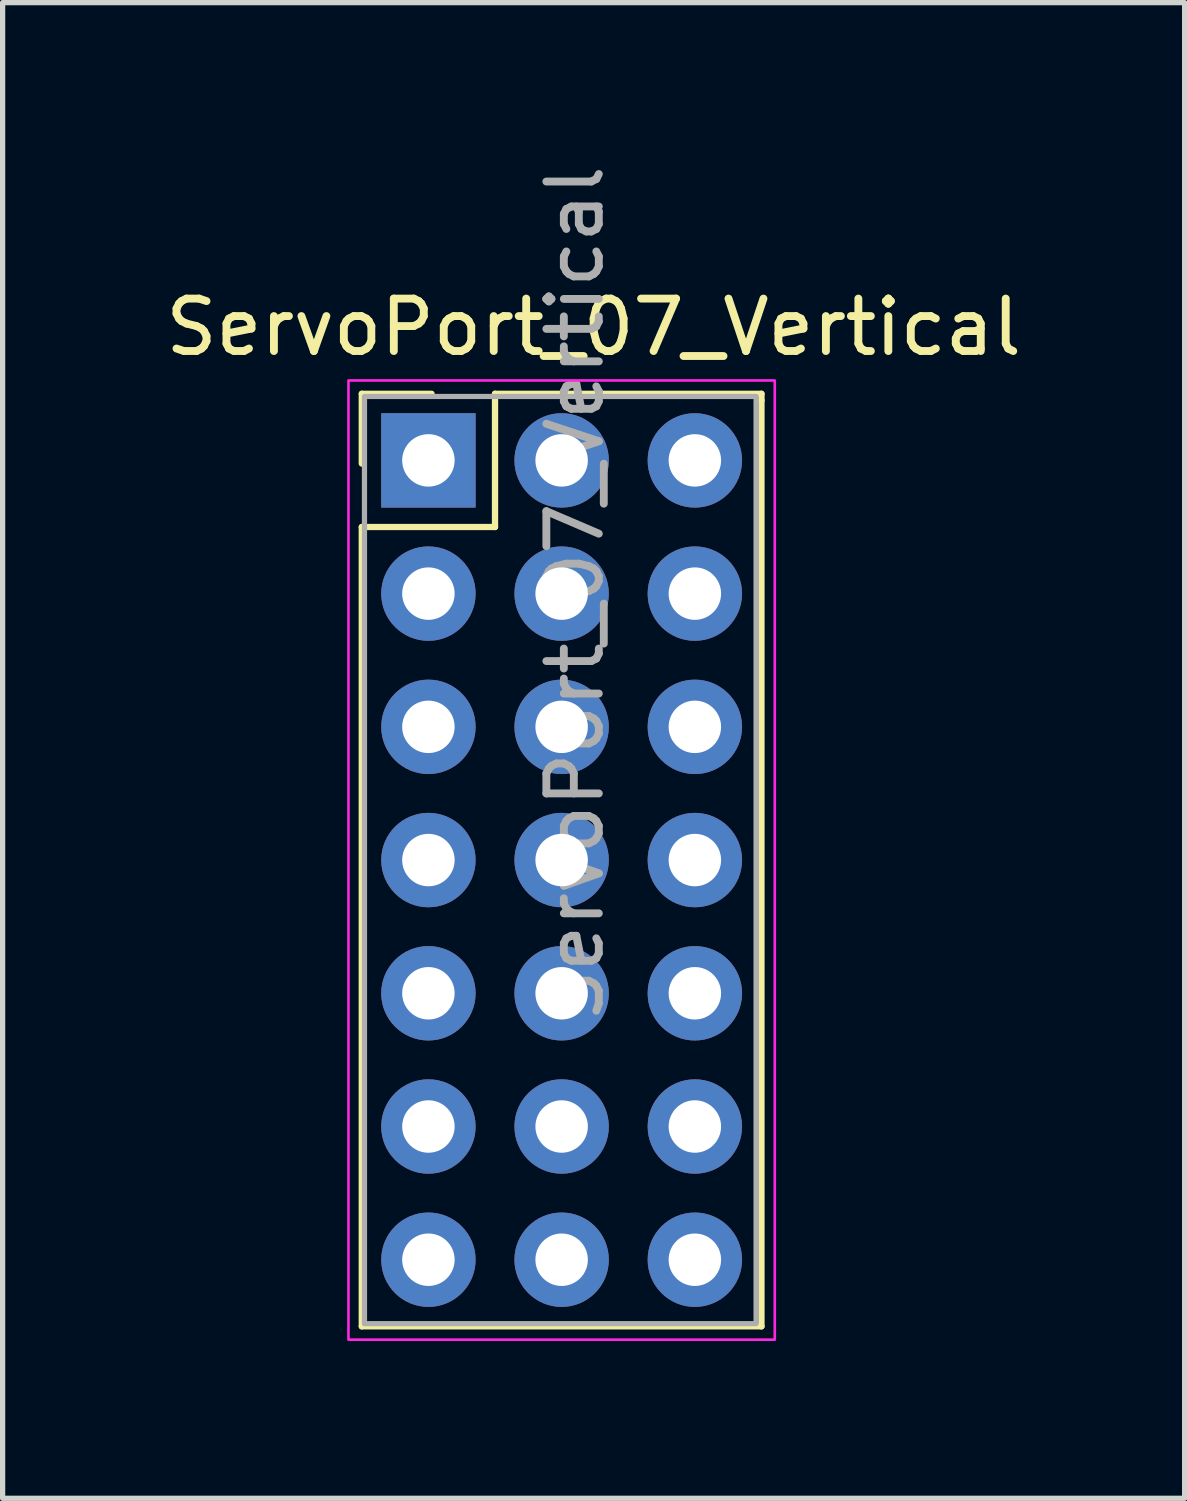
<source format=kicad_pcb>
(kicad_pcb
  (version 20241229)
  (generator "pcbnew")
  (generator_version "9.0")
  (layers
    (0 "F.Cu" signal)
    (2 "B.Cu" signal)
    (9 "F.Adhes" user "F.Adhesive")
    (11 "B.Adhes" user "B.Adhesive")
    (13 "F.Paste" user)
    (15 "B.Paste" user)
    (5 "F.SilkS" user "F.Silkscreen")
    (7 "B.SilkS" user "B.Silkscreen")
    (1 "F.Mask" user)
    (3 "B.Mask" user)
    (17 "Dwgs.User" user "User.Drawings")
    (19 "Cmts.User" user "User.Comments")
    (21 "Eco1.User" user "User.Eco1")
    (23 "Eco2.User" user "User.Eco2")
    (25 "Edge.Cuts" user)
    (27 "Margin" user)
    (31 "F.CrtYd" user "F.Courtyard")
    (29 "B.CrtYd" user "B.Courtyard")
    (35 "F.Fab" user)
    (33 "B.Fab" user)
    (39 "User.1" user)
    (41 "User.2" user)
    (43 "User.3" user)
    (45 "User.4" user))
  (footprint "ServoPort_07_Vertical"
    (layer "F.Cu")
    (at 5.118 5.728)
    (property "Reference" "ServoPort_07_Vertical" (at 3.15 -2.54 0) (unlocked yes) (layer "F.SilkS") (effects (font (size 1 1) (thickness 0.15))))
    (attr through_hole)
    (fp_line (start -1.27 -1.27) (end 0.06 -1.27) (stroke (width 0.12) (type solid)) (layer "F.SilkS"))
    (fp_line (start -1.27 0.06) (end -1.27 -1.27) (stroke (width 0.12) (type solid)) (layer "F.SilkS"))
    (fp_line (start -1.27 1.27) (end -1.27 16.51) (stroke (width 0.12) (type solid)) (layer "F.SilkS"))
    (fp_line (start -1.27 16.51) (end 6.35 16.51) (stroke (width 0.12) (type solid)) (layer "F.SilkS"))
    (fp_line (start 1.27 -1.27) (end 1.27 1.27) (stroke (width 0.12) (type solid)) (layer "F.SilkS"))
    (fp_line (start 1.27 1.27) (end -1.27 1.27) (stroke (width 0.12) (type solid)) (layer "F.SilkS"))
    (fp_line (start 6.35 -1.27) (end 1.27 -1.27) (stroke (width 0.12) (type solid)) (layer "F.SilkS"))
    (fp_line (start 6.35 -1.143) (end 6.35 -1.27) (stroke (width 0.12) (type solid)) (layer "F.SilkS"))
    (fp_line (start 6.35 16.51) (end 6.35 -1.143) (stroke (width 0.12) (type solid)) (layer "F.SilkS"))
    (fp_rect (start -1.524 -1.524) (end 6.604 16.764) (stroke (width 0.05) (type solid)) (fill no) (layer "F.CrtYd"))
    (fp_rect (start -1.219 -1.219) (end 6.248 16.459) (stroke (width 0.1) (type solid)) (fill no) (layer "F.Fab"))
    (fp_text user "${REFERENCE}" (at 2.794 2.54 90) (unlocked yes) (layer "F.Fab") (effects (font (size 1 1) (thickness 0.15))))
    (pad "1" thru_hole rect (at 0 0) (size 1.8 1.8) (drill 1) (layers "*.Cu" "*.Mask"))
    (pad "2" thru_hole circle (at 0 2.54) (size 1.8 1.8) (drill 1) (layers "*.Cu" "*.Mask"))
    (pad "3" thru_hole circle (at 0 5.08) (size 1.8 1.8) (drill 1) (layers "*.Cu" "*.Mask"))
    (pad "4" thru_hole circle (at 0 7.62) (size 1.8 1.8) (drill 1) (layers "*.Cu" "*.Mask"))
    (pad "5" thru_hole circle (at 0 10.16) (size 1.8 1.8) (drill 1) (layers "*.Cu" "*.Mask"))
    (pad "6" thru_hole circle (at 0 12.7) (size 1.8 1.8) (drill 1) (layers "*.Cu" "*.Mask"))
    (pad "7" thru_hole circle (at 0 15.24) (size 1.8 1.8) (drill 1) (layers "*.Cu" "*.Mask"))
    (pad "GND" thru_hole circle (at 5.08 0) (size 1.8 1.8) (drill 1) (layers "*.Cu" "*.Mask"))
    (pad "GND" thru_hole circle (at 5.08 2.54) (size 1.8 1.8) (drill 1) (layers "*.Cu" "*.Mask"))
    (pad "GND" thru_hole circle (at 5.08 5.08) (size 1.8 1.8) (drill 1) (layers "*.Cu" "*.Mask"))
    (pad "GND" thru_hole circle (at 5.08 7.62) (size 1.8 1.8) (drill 1) (layers "*.Cu" "*.Mask"))
    (pad "GND" thru_hole circle (at 5.08 10.16) (size 1.8 1.8) (drill 1) (layers "*.Cu" "*.Mask"))
    (pad "GND" thru_hole circle (at 5.08 12.7) (size 1.8 1.8) (drill 1) (layers "*.Cu" "*.Mask"))
    (pad "GND" thru_hole circle (at 5.08 15.24) (size 1.8 1.8) (drill 1) (layers "*.Cu" "*.Mask"))
    (pad "VCC" thru_hole circle (at 2.54 0) (size 1.8 1.8) (drill 1) (layers "*.Cu" "*.Mask"))
    (pad "VCC" thru_hole circle (at 2.54 2.54) (size 1.8 1.8) (drill 1) (layers "*.Cu" "*.Mask"))
    (pad "VCC" thru_hole circle (at 2.54 5.08) (size 1.8 1.8) (drill 1) (layers "*.Cu" "*.Mask"))
    (pad "VCC" thru_hole circle (at 2.54 7.62) (size 1.8 1.8) (drill 1) (layers "*.Cu" "*.Mask"))
    (pad "VCC" thru_hole circle (at 2.54 10.16) (size 1.8 1.8) (drill 1) (layers "*.Cu" "*.Mask"))
    (pad "VCC" thru_hole circle (at 2.54 12.7) (size 1.8 1.8) (drill 1) (layers "*.Cu" "*.Mask"))
    (pad "VCC" thru_hole circle (at 2.54 15.24) (size 1.8 1.8) (drill 1) (layers "*.Cu" "*.Mask")))
  (gr_rect
    (start -3 -3)
    (end 19.536 25.517)
    (stroke (width 0.1) (type default))
    (fill no)
    (layer "Edge.Cuts")))
</source>
